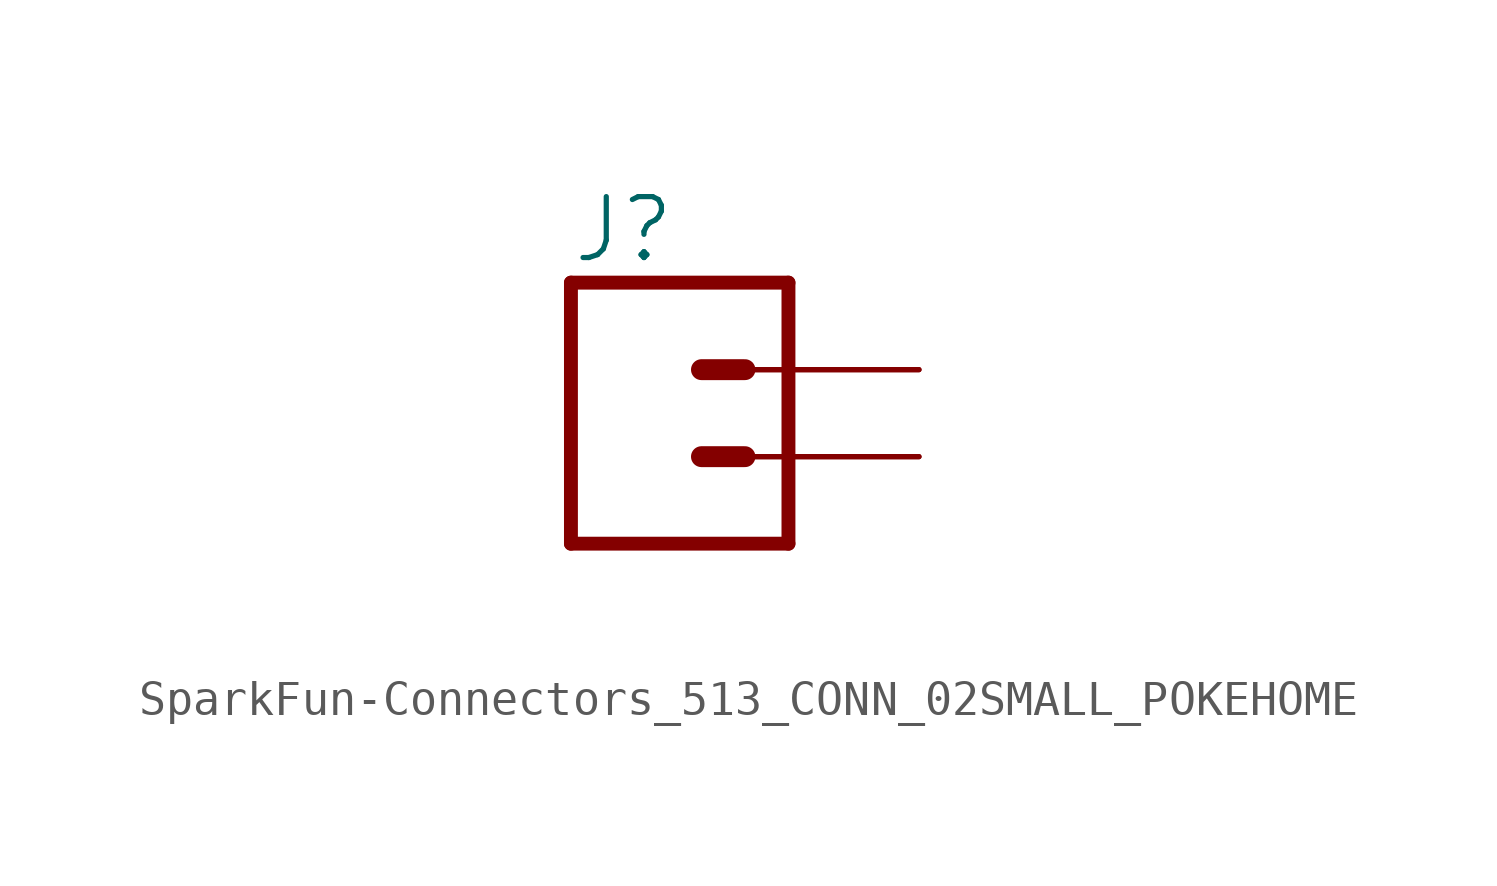
<source format=kicad_sym>
(kicad_symbol_lib
  (version 20241209)
  (generator "kicad_symbol_editor")
  (generator_version "9.0")
  (symbol "SparkFun-Connectors_513_CONN_02SMALL_POKEHOME"
    (property "Reference" "J"
      (at -2.54 5.588 0)
      (effects (font (size 1.778 1.778)) (justify left bottom)))
    (property "Value" ""
      (at -2.54 -4.826 0)
      (effects (font (size 1.778 1.778)) (justify left bottom)))
    (property "ki_locked" ""
      (at 0 0 0)
      (effects (font (size 1.27 1.27))))
    (symbol "SparkFun-Connectors_513_CONN_02SMALL_POKEHOME_1_0"
      (polyline (pts (xy -2.54 5.08) (xy -2.54 -2.54)) (stroke (width 0.406) (type solid)) (fill (type none)))
      (polyline (pts (xy -2.54 5.08) (xy 3.81 5.08)) (stroke (width 0.406) (type solid)) (fill (type none)))
      (polyline (pts (xy 1.27 2.54) (xy 2.54 2.54)) (stroke (width 0.61) (type solid)) (fill (type none)))
      (polyline (pts (xy 1.27 0) (xy 2.54 0)) (stroke (width 0.61) (type solid)) (fill (type none)))
      (polyline (pts (xy 3.81 -2.54) (xy -2.54 -2.54)) (stroke (width 0.406) (type solid)) (fill (type none)))
      (polyline (pts (xy 3.81 -2.54) (xy 3.81 5.08)) (stroke (width 0.406) (type solid)) (fill (type none)))
      (pin passive line (at 7.62 2.54 180) (length 5.08) (name "2" (effects (font (size 0 0)))) (number "P2" (effects (font (size 0 0)))))
      (pin passive line (at 7.62 2.54 180) (length 5.08) (name "2" (effects (font (size 0 0)))) (number "P4" (effects (font (size 0 0)))))
      (pin passive line (at 7.62 0 180) (length 5.08) (name "1" (effects (font (size 0 0)))) (number "P1" (effects (font (size 0 0)))))
      (pin passive line (at 7.62 0 180) (length 5.08) (name "1" (effects (font (size 0 0)))) (number "P3" (effects (font (size 0 0))))))))
</source>
